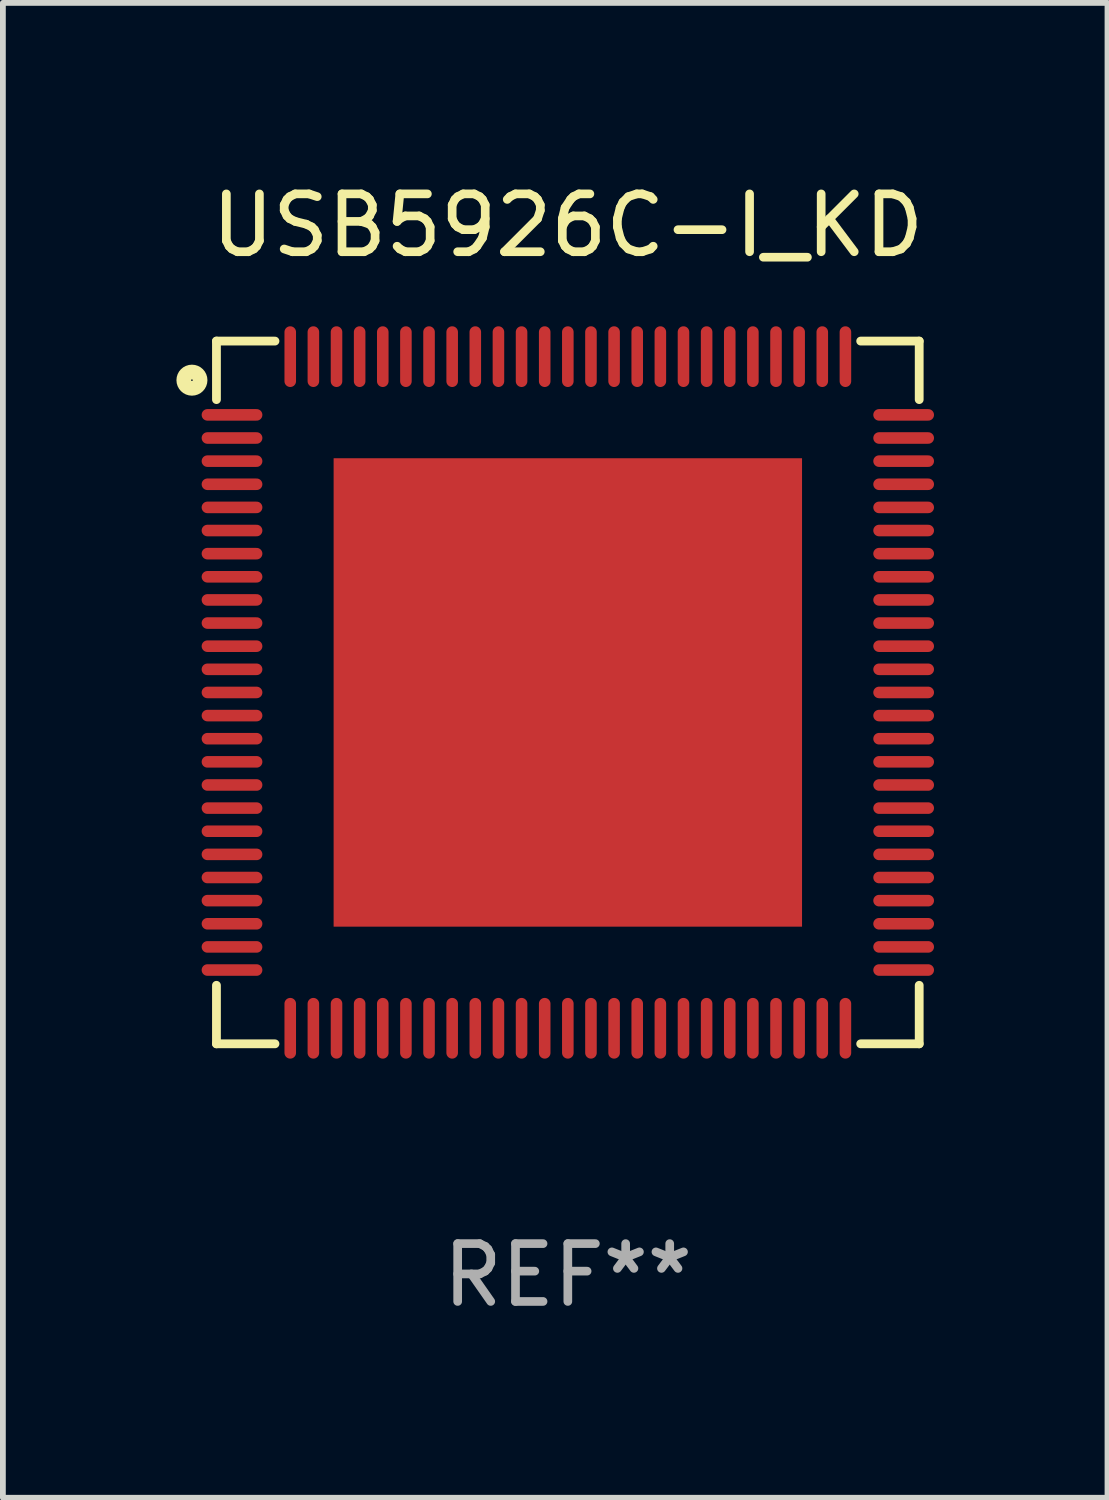
<source format=kicad_pcb>
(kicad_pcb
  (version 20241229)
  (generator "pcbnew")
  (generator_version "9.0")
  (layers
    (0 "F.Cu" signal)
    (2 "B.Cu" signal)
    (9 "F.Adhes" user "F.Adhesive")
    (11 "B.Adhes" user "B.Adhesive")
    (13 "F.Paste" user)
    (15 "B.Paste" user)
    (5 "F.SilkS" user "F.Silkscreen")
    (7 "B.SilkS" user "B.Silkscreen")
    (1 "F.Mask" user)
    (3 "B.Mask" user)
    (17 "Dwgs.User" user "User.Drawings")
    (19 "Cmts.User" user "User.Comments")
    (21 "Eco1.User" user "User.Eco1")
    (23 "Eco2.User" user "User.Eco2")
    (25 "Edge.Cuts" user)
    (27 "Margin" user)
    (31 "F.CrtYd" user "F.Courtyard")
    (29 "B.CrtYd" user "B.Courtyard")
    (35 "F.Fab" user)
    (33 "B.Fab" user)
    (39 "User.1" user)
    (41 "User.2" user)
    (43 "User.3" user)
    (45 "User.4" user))
  (footprint "USB5926C-I_KD"
    (layer "F.Cu")
    (at 6.769 8.924)
    (property "Reference" "USB5926C-I_KD" (at 0 -8.076 0) (layer "F.SilkS") (effects (font (size 1 1) (thickness 0.15))))
    (attr through_hole)
    (fp_line (start -6.076 -6.076) (end -5.064 -6.076) (stroke (width 0.152) (type solid)) (layer "F.SilkS"))
    (fp_line (start -6.076 -5.064) (end -6.076 -6.076) (stroke (width 0.152) (type solid)) (layer "F.SilkS"))
    (fp_line (start -6.076 5.064) (end -6.076 6.076) (stroke (width 0.152) (type solid)) (layer "F.SilkS"))
    (fp_line (start -6.076 6.076) (end -5.064 6.076) (stroke (width 0.152) (type solid)) (layer "F.SilkS"))
    (fp_line (start 6.076 -6.076) (end 5.064 -6.076) (stroke (width 0.152) (type solid)) (layer "F.SilkS"))
    (fp_line (start 6.076 -5.064) (end 6.076 -6.076) (stroke (width 0.152) (type solid)) (layer "F.SilkS"))
    (fp_line (start 6.076 5.064) (end 6.076 6.076) (stroke (width 0.152) (type solid)) (layer "F.SilkS"))
    (fp_line (start 6.076 6.076) (end 5.064 6.076) (stroke (width 0.152) (type solid)) (layer "F.SilkS"))
    (fp_circle (center -6.5 -5.4) (end -6.359 -5.4) (stroke (width 0.254) (type solid)) (fill no) (layer "F.SilkS"))
    (fp_text user "REF**" (at 0 10.076 0) (layer "F.Fab") (effects (font (size 1 1) (thickness 0.15))))
    (pad "1" smd oval (at -5.807 -4.8) (size 1.05 0.2) (layers "F.Cu" "F.Mask" "F.Paste"))
    (pad "2" smd oval (at -5.807 -4.4) (size 1.05 0.2) (layers "F.Cu" "F.Mask" "F.Paste"))
    (pad "3" smd oval (at -5.807 -4) (size 1.05 0.2) (layers "F.Cu" "F.Mask" "F.Paste"))
    (pad "4" smd oval (at -5.807 -3.6) (size 1.05 0.2) (layers "F.Cu" "F.Mask" "F.Paste"))
    (pad "5" smd oval (at -5.807 -3.2) (size 1.05 0.2) (layers "F.Cu" "F.Mask" "F.Paste"))
    (pad "6" smd oval (at -5.807 -2.8) (size 1.05 0.2) (layers "F.Cu" "F.Mask" "F.Paste"))
    (pad "7" smd oval (at -5.807 -2.4) (size 1.05 0.2) (layers "F.Cu" "F.Mask" "F.Paste"))
    (pad "8" smd oval (at -5.807 -2) (size 1.05 0.2) (layers "F.Cu" "F.Mask" "F.Paste"))
    (pad "9" smd oval (at -5.807 -1.6) (size 1.05 0.2) (layers "F.Cu" "F.Mask" "F.Paste"))
    (pad "10" smd oval (at -5.807 -1.2) (size 1.05 0.2) (layers "F.Cu" "F.Mask" "F.Paste"))
    (pad "11" smd oval (at -5.807 -0.8) (size 1.05 0.2) (layers "F.Cu" "F.Mask" "F.Paste"))
    (pad "12" smd oval (at -5.807 -0.4) (size 1.05 0.2) (layers "F.Cu" "F.Mask" "F.Paste"))
    (pad "13" smd oval (at -5.807 0.000025) (size 1.05 0.2) (layers "F.Cu" "F.Mask" "F.Paste"))
    (pad "14" smd oval (at -5.807 0.4) (size 1.05 0.2) (layers "F.Cu" "F.Mask" "F.Paste"))
    (pad "15" smd oval (at -5.807 0.8) (size 1.05 0.2) (layers "F.Cu" "F.Mask" "F.Paste"))
    (pad "16" smd oval (at -5.807 1.2) (size 1.05 0.2) (layers "F.Cu" "F.Mask" "F.Paste"))
    (pad "17" smd oval (at -5.807 1.6) (size 1.05 0.2) (layers "F.Cu" "F.Mask" "F.Paste"))
    (pad "18" smd oval (at -5.807 2) (size 1.05 0.2) (layers "F.Cu" "F.Mask" "F.Paste"))
    (pad "19" smd oval (at -5.807 2.4) (size 1.05 0.2) (layers "F.Cu" "F.Mask" "F.Paste"))
    (pad "20" smd oval (at -5.807 2.8) (size 1.05 0.2) (layers "F.Cu" "F.Mask" "F.Paste"))
    (pad "21" smd oval (at -5.807 3.2) (size 1.05 0.2) (layers "F.Cu" "F.Mask" "F.Paste"))
    (pad "22" smd oval (at -5.807 3.6) (size 1.05 0.2) (layers "F.Cu" "F.Mask" "F.Paste"))
    (pad "23" smd oval (at -5.807 4) (size 1.05 0.2) (layers "F.Cu" "F.Mask" "F.Paste"))
    (pad "24" smd oval (at -5.807 4.4) (size 1.05 0.2) (layers "F.Cu" "F.Mask" "F.Paste"))
    (pad "25" smd oval (at -5.807 4.8) (size 1.05 0.2) (layers "F.Cu" "F.Mask" "F.Paste"))
    (pad "26" smd oval (at -4.8 5.807) (size 0.2 1.05) (layers "F.Cu" "F.Mask" "F.Paste"))
    (pad "27" smd oval (at -4.4 5.807) (size 0.2 1.05) (layers "F.Cu" "F.Mask" "F.Paste"))
    (pad "28" smd oval (at -4 5.807) (size 0.2 1.05) (layers "F.Cu" "F.Mask" "F.Paste"))
    (pad "29" smd oval (at -3.6 5.807) (size 0.2 1.05) (layers "F.Cu" "F.Mask" "F.Paste"))
    (pad "30" smd oval (at -3.2 5.807) (size 0.2 1.05) (layers "F.Cu" "F.Mask" "F.Paste"))
    (pad "31" smd oval (at -2.8 5.807) (size 0.2 1.05) (layers "F.Cu" "F.Mask" "F.Paste"))
    (pad "32" smd oval (at -2.4 5.807) (size 0.2 1.05) (layers "F.Cu" "F.Mask" "F.Paste"))
    (pad "33" smd oval (at -2 5.807) (size 0.2 1.05) (layers "F.Cu" "F.Mask" "F.Paste"))
    (pad "34" smd oval (at -1.6 5.807) (size 0.2 1.05) (layers "F.Cu" "F.Mask" "F.Paste"))
    (pad "35" smd oval (at -1.2 5.807) (size 0.2 1.05) (layers "F.Cu" "F.Mask" "F.Paste"))
    (pad "36" smd oval (at -0.8 5.807) (size 0.2 1.05) (layers "F.Cu" "F.Mask" "F.Paste"))
    (pad "37" smd oval (at -0.4 5.807) (size 0.2 1.05) (layers "F.Cu" "F.Mask" "F.Paste"))
    (pad "38" smd oval (at -0.000025 5.807) (size 0.2 1.05) (layers "F.Cu" "F.Mask" "F.Paste"))
    (pad "39" smd oval (at 0.4 5.807) (size 0.2 1.05) (layers "F.Cu" "F.Mask" "F.Paste"))
    (pad "40" smd oval (at 0.8 5.807) (size 0.2 1.05) (layers "F.Cu" "F.Mask" "F.Paste"))
    (pad "41" smd oval (at 1.2 5.807) (size 0.2 1.05) (layers "F.Cu" "F.Mask" "F.Paste"))
    (pad "42" smd oval (at 1.6 5.807) (size 0.2 1.05) (layers "F.Cu" "F.Mask" "F.Paste"))
    (pad "43" smd oval (at 2 5.807) (size 0.2 1.05) (layers "F.Cu" "F.Mask" "F.Paste"))
    (pad "44" smd oval (at 2.4 5.807) (size 0.2 1.05) (layers "F.Cu" "F.Mask" "F.Paste"))
    (pad "45" smd oval (at 2.8 5.807) (size 0.2 1.05) (layers "F.Cu" "F.Mask" "F.Paste"))
    (pad "46" smd oval (at 3.2 5.807) (size 0.2 1.05) (layers "F.Cu" "F.Mask" "F.Paste"))
    (pad "47" smd oval (at 3.6 5.807) (size 0.2 1.05) (layers "F.Cu" "F.Mask" "F.Paste"))
    (pad "48" smd oval (at 4 5.807) (size 0.2 1.05) (layers "F.Cu" "F.Mask" "F.Paste"))
    (pad "49" smd oval (at 4.4 5.807) (size 0.2 1.05) (layers "F.Cu" "F.Mask" "F.Paste"))
    (pad "50" smd oval (at 4.8 5.807) (size 0.2 1.05) (layers "F.Cu" "F.Mask" "F.Paste"))
    (pad "51" smd oval (at 5.807 4.8) (size 1.05 0.2) (layers "F.Cu" "F.Mask" "F.Paste"))
    (pad "52" smd oval (at 5.807 4.4) (size 1.05 0.2) (layers "F.Cu" "F.Mask" "F.Paste"))
    (pad "53" smd oval (at 5.807 4) (size 1.05 0.2) (layers "F.Cu" "F.Mask" "F.Paste"))
    (pad "54" smd oval (at 5.807 3.6) (size 1.05 0.2) (layers "F.Cu" "F.Mask" "F.Paste"))
    (pad "55" smd oval (at 5.807 3.2) (size 1.05 0.2) (layers "F.Cu" "F.Mask" "F.Paste"))
    (pad "56" smd oval (at 5.807 2.8) (size 1.05 0.2) (layers "F.Cu" "F.Mask" "F.Paste"))
    (pad "57" smd oval (at 5.807 2.4) (size 1.05 0.2) (layers "F.Cu" "F.Mask" "F.Paste"))
    (pad "58" smd oval (at 5.807 2) (size 1.05 0.2) (layers "F.Cu" "F.Mask" "F.Paste"))
    (pad "59" smd oval (at 5.807 1.6) (size 1.05 0.2) (layers "F.Cu" "F.Mask" "F.Paste"))
    (pad "60" smd oval (at 5.807 1.2) (size 1.05 0.2) (layers "F.Cu" "F.Mask" "F.Paste"))
    (pad "61" smd oval (at 5.807 0.8) (size 1.05 0.2) (layers "F.Cu" "F.Mask" "F.Paste"))
    (pad "62" smd oval (at 5.807 0.4) (size 1.05 0.2) (layers "F.Cu" "F.Mask" "F.Paste"))
    (pad "63" smd oval (at 5.807 0.000025) (size 1.05 0.2) (layers "F.Cu" "F.Mask" "F.Paste"))
    (pad "64" smd oval (at 5.807 -0.4) (size 1.05 0.2) (layers "F.Cu" "F.Mask" "F.Paste"))
    (pad "65" smd oval (at 5.807 -0.8) (size 1.05 0.2) (layers "F.Cu" "F.Mask" "F.Paste"))
    (pad "66" smd oval (at 5.807 -1.2) (size 1.05 0.2) (layers "F.Cu" "F.Mask" "F.Paste"))
    (pad "67" smd oval (at 5.807 -1.6) (size 1.05 0.2) (layers "F.Cu" "F.Mask" "F.Paste"))
    (pad "68" smd oval (at 5.807 -2) (size 1.05 0.2) (layers "F.Cu" "F.Mask" "F.Paste"))
    (pad "69" smd oval (at 5.807 -2.4) (size 1.05 0.2) (layers "F.Cu" "F.Mask" "F.Paste"))
    (pad "70" smd oval (at 5.807 -2.8) (size 1.05 0.2) (layers "F.Cu" "F.Mask" "F.Paste"))
    (pad "71" smd oval (at 5.807 -3.2) (size 1.05 0.2) (layers "F.Cu" "F.Mask" "F.Paste"))
    (pad "72" smd oval (at 5.807 -3.6) (size 1.05 0.2) (layers "F.Cu" "F.Mask" "F.Paste"))
    (pad "73" smd oval (at 5.807 -4) (size 1.05 0.2) (layers "F.Cu" "F.Mask" "F.Paste"))
    (pad "74" smd oval (at 5.807 -4.4) (size 1.05 0.2) (layers "F.Cu" "F.Mask" "F.Paste"))
    (pad "75" smd oval (at 5.807 -4.8) (size 1.05 0.2) (layers "F.Cu" "F.Mask" "F.Paste"))
    (pad "76" smd oval (at 4.8 -5.807) (size 0.2 1.05) (layers "F.Cu" "F.Mask" "F.Paste"))
    (pad "77" smd oval (at 4.4 -5.807) (size 0.2 1.05) (layers "F.Cu" "F.Mask" "F.Paste"))
    (pad "78" smd oval (at 4 -5.807) (size 0.2 1.05) (layers "F.Cu" "F.Mask" "F.Paste"))
    (pad "79" smd oval (at 3.6 -5.807) (size 0.2 1.05) (layers "F.Cu" "F.Mask" "F.Paste"))
    (pad "80" smd oval (at 3.2 -5.807) (size 0.2 1.05) (layers "F.Cu" "F.Mask" "F.Paste"))
    (pad "81" smd oval (at 2.8 -5.807) (size 0.2 1.05) (layers "F.Cu" "F.Mask" "F.Paste"))
    (pad "82" smd oval (at 2.4 -5.807) (size 0.2 1.05) (layers "F.Cu" "F.Mask" "F.Paste"))
    (pad "83" smd oval (at 2 -5.807) (size 0.2 1.05) (layers "F.Cu" "F.Mask" "F.Paste"))
    (pad "84" smd oval (at 1.6 -5.807) (size 0.2 1.05) (layers "F.Cu" "F.Mask" "F.Paste"))
    (pad "85" smd oval (at 1.2 -5.807) (size 0.2 1.05) (layers "F.Cu" "F.Mask" "F.Paste"))
    (pad "86" smd oval (at 0.8 -5.807) (size 0.2 1.05) (layers "F.Cu" "F.Mask" "F.Paste"))
    (pad "87" smd oval (at 0.4 -5.807) (size 0.2 1.05) (layers "F.Cu" "F.Mask" "F.Paste"))
    (pad "88" smd oval (at -0.000025 -5.807) (size 0.2 1.05) (layers "F.Cu" "F.Mask" "F.Paste"))
    (pad "89" smd oval (at -0.4 -5.807) (size 0.2 1.05) (layers "F.Cu" "F.Mask" "F.Paste"))
    (pad "90" smd oval (at -0.8 -5.807) (size 0.2 1.05) (layers "F.Cu" "F.Mask" "F.Paste"))
    (pad "91" smd oval (at -1.2 -5.807) (size 0.2 1.05) (layers "F.Cu" "F.Mask" "F.Paste"))
    (pad "92" smd oval (at -1.6 -5.807) (size 0.2 1.05) (layers "F.Cu" "F.Mask" "F.Paste"))
    (pad "93" smd oval (at -2 -5.807) (size 0.2 1.05) (layers "F.Cu" "F.Mask" "F.Paste"))
    (pad "94" smd oval (at -2.4 -5.807) (size 0.2 1.05) (layers "F.Cu" "F.Mask" "F.Paste"))
    (pad "95" smd oval (at -2.8 -5.807) (size 0.2 1.05) (layers "F.Cu" "F.Mask" "F.Paste"))
    (pad "96" smd oval (at -3.2 -5.807) (size 0.2 1.05) (layers "F.Cu" "F.Mask" "F.Paste"))
    (pad "97" smd oval (at -3.6 -5.807) (size 0.2 1.05) (layers "F.Cu" "F.Mask" "F.Paste"))
    (pad "98" smd oval (at -4 -5.807) (size 0.2 1.05) (layers "F.Cu" "F.Mask" "F.Paste"))
    (pad "99" smd oval (at -4.4 -5.807) (size 0.2 1.05) (layers "F.Cu" "F.Mask" "F.Paste"))
    (pad "100" smd oval (at -4.8 -5.807) (size 0.2 1.05) (layers "F.Cu" "F.Mask" "F.Paste"))
    (pad "101" smd rect (at -0.000025 0.000025) (size 8.1 8.1) (layers "F.Cu" "F.Mask" "F.Paste")))
  (gr_rect
    (start -3 -3)
    (end 16.101 22.849)
    (stroke (width 0.1) (type default))
    (fill no)
    (layer "Edge.Cuts")))
</source>
